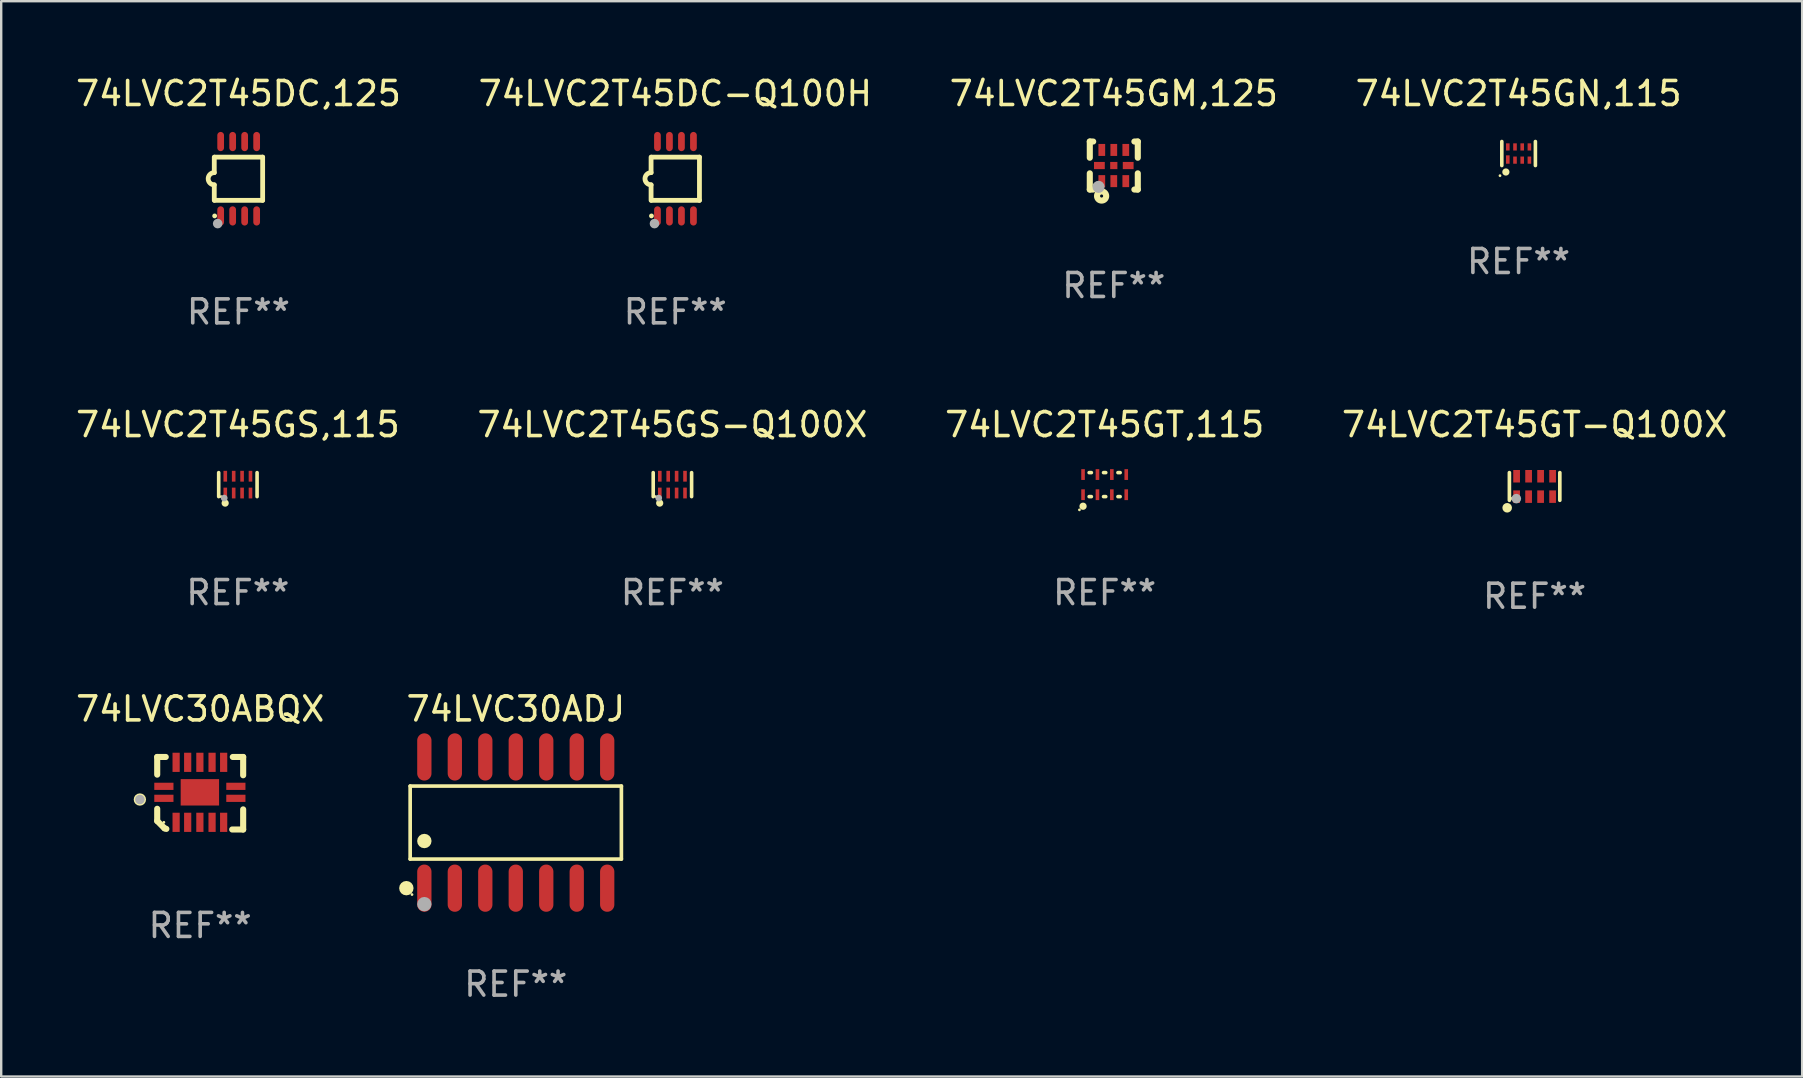
<source format=kicad_pcb>
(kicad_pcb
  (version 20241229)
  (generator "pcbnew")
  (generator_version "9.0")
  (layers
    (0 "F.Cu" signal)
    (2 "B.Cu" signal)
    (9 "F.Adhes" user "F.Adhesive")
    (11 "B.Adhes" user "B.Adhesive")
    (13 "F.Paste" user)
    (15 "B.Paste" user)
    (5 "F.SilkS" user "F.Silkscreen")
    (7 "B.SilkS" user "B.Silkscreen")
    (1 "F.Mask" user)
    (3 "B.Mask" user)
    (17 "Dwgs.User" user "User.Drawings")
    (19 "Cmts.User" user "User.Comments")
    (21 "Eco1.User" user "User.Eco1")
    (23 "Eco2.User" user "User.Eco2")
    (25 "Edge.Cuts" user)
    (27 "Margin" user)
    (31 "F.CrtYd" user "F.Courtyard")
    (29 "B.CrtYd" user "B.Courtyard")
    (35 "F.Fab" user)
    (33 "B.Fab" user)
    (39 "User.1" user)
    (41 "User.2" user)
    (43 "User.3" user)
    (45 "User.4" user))
  (footprint "74LVC2T45GM,125"
    (layer "F.Cu")
    (at 43.363 3.848)
    (property "Reference" "74LVC2T45GM,125" (at 0 -3 0) (layer "F.SilkS") (effects (font (size 1 1) (thickness 0.15))))
    (attr through_hole)
    (fp_line (start -1 -1) (end -0.858 -1) (stroke (width 0.254) (type solid)) (layer "F.SilkS"))
    (fp_line (start -1 -0.325) (end -1 -1) (stroke (width 0.254) (type solid)) (layer "F.SilkS"))
    (fp_line (start -1 1) (end -1 0.325) (stroke (width 0.254) (type solid)) (layer "F.SilkS"))
    (fp_line (start -0.858 1) (end -1 1) (stroke (width 0.254) (type solid)) (layer "F.SilkS"))
    (fp_line (start 0.858 -1) (end 1 -1) (stroke (width 0.254) (type solid)) (layer "F.SilkS"))
    (fp_line (start 1 -1) (end 1 -0.325) (stroke (width 0.254) (type solid)) (layer "F.SilkS"))
    (fp_line (start 1 0.325) (end 1 1) (stroke (width 0.254) (type solid)) (layer "F.SilkS"))
    (fp_line (start 1 1) (end 0.858 1) (stroke (width 0.254) (type solid)) (layer "F.SilkS"))
    (fp_circle (center -0.8 0.8) (end -0.77 0.8) (stroke (width 0.06) (type solid)) (fill no) (layer "F.SilkS"))
    (fp_circle (center -0.508 1.27) (end -0.444 1.27) (stroke (width 0.254) (type solid)) (fill no) (layer "F.SilkS"))
    (fp_circle (center -0.635 0.889) (end -0.508 0.889) (stroke (width 0.254) (type solid)) (fill no) (layer "F.Fab"))
    (fp_text user "REF**" (at 0 5 0) (layer "F.Fab") (effects (font (size 1 1) (thickness 0.15))))
    (pad "1" smd rect (at -0.5 0.65 90) (size 0.5 0.28) (layers "F.Cu" "F.Mask" "F.Paste"))
    (pad "2" smd rect (at 0.000013 0.65 90) (size 0.5 0.28) (layers "F.Cu" "F.Mask" "F.Paste"))
    (pad "3" smd rect (at 0.5 0.65 90) (size 0.5 0.28) (layers "F.Cu" "F.Mask" "F.Paste"))
    (pad "4" smd rect (at 0.6 0.000076 180) (size 0.45 0.3) (layers "F.Cu" "F.Mask" "F.Paste"))
    (pad "5" smd rect (at 0.5 -0.65 90) (size 0.5 0.28) (layers "F.Cu" "F.Mask" "F.Paste"))
    (pad "6" smd rect (at 0.000013 -0.65 90) (size 0.5 0.28) (layers "F.Cu" "F.Mask" "F.Paste"))
    (pad "7" smd rect (at -0.5 -0.65 90) (size 0.5 0.28) (layers "F.Cu" "F.Mask" "F.Paste"))
    (pad "8" smd rect (at -0.6 0.000076 180) (size 0.45 0.3) (layers "F.Cu" "F.Mask" "F.Paste"))
    (pad "9" smd rect (at 0.000013 0.000076 180) (size 0.3 0.3) (layers "F.Cu" "F.Mask" "F.Paste")))
  (footprint "74LVC2T45GN,115"
    (layer "F.Cu")
    (at 60.232 3.348)
    (property "Reference" "74LVC2T45GN,115" (at 0 -2.5 0) (layer "F.SilkS") (effects (font (size 1 1) (thickness 0.15))))
    (attr through_hole)
    (fp_line (start -0.7 -0.5) (end -0.7 0.5) (stroke (width 0.15) (type solid)) (layer "F.SilkS"))
    (fp_line (start 0.7 -0.5) (end 0.7 0.5) (stroke (width 0.15) (type solid)) (layer "F.SilkS"))
    (fp_circle (center -0.775 0.922) (end -0.745 0.922) (stroke (width 0.06) (type solid)) (fill no) (layer "F.SilkS"))
    (fp_circle (center -0.53 0.77) (end -0.454 0.77) (stroke (width 0.15) (type solid)) (fill no) (layer "F.SilkS"))
    (fp_text user "REF**" (at 0 4.5 0) (layer "F.Fab") (effects (font (size 1 1) (thickness 0.15))))
    (pad "1" smd rect (at -0.45 0.25) (size 0.15 0.35) (layers "F.Cu" "F.Mask" "F.Paste"))
    (pad "2" smd rect (at -0.15 0.275) (size 0.15 0.3) (layers "F.Cu" "F.Mask" "F.Paste"))
    (pad "3" smd rect (at 0.15 0.275) (size 0.15 0.3) (layers "F.Cu" "F.Mask" "F.Paste"))
    (pad "4" smd rect (at 0.45 0.275) (size 0.15 0.3) (layers "F.Cu" "F.Mask" "F.Paste"))
    (pad "5" smd rect (at 0.45 -0.275) (size 0.15 0.3) (layers "F.Cu" "F.Mask" "F.Paste"))
    (pad "6" smd rect (at 0.15 -0.275) (size 0.15 0.3) (layers "F.Cu" "F.Mask" "F.Paste"))
    (pad "7" smd rect (at -0.15 -0.275) (size 0.15 0.3) (layers "F.Cu" "F.Mask" "F.Paste"))
    (pad "8" smd rect (at -0.45 -0.275) (size 0.15 0.3) (layers "F.Cu" "F.Mask" "F.Paste")))
  (footprint "74LVC30ABQX"
    (layer "F.Cu")
    (at 5.292 30.005)
    (property "Reference" "74LVC30ABQX" (at 0 -3.511 0) (layer "F.SilkS") (effects (font (size 1 1) (thickness 0.15))))
    (attr through_hole)
    (fp_line (start -1.791 -1.511) (end -1.435 -1.511) (stroke (width 0.254) (type solid)) (layer "F.SilkS"))
    (fp_line (start -1.791 -0.775) (end -1.791 -1.511) (stroke (width 0.254) (type solid)) (layer "F.SilkS"))
    (fp_line (start -1.791 1.156) (end -1.791 0.648) (stroke (width 0.254) (type solid)) (layer "F.SilkS"))
    (fp_line (start -1.486 1.461) (end -1.791 1.156) (stroke (width 0.254) (type solid)) (layer "F.SilkS"))
    (fp_line (start -1.41 1.486) (end -1.486 1.461) (stroke (width 0.254) (type solid)) (layer "F.SilkS"))
    (fp_line (start 1.334 1.511) (end 1.791 1.511) (stroke (width 0.254) (type solid)) (layer "F.SilkS"))
    (fp_line (start 1.791 -1.511) (end 1.359 -1.511) (stroke (width 0.254) (type solid)) (layer "F.SilkS"))
    (fp_line (start 1.791 -0.749) (end 1.791 -1.511) (stroke (width 0.254) (type solid)) (layer "F.SilkS"))
    (fp_line (start 1.791 1.511) (end 1.791 0.673) (stroke (width 0.254) (type solid)) (layer "F.SilkS"))
    (fp_circle (center -2.513 0.262) (end -2.383 0.262) (stroke (width 0.254) (type solid)) (fill no) (layer "F.SilkS"))
    (fp_circle (center -1.513 1.212) (end -1.483 1.212) (stroke (width 0.06) (type solid)) (fill no) (layer "F.SilkS"))
    (fp_circle (center -2.513 0.262) (end -2.413 0.262) (stroke (width 0.2) (type solid)) (fill no) (layer "F.Fab"))
    (fp_text user "REF**" (at 0 5.511 0) (layer "F.Fab") (effects (font (size 1 1) (thickness 0.15))))
    (pad "1" smd rect (at -1.513 0.212) (size 0.8 0.3) (layers "F.Cu" "F.Mask" "F.Paste"))
    (pad "2" smd rect (at -1.003 1.212) (size 0.3 0.8) (layers "F.Cu" "F.Mask" "F.Paste"))
    (pad "3" smd rect (at -0.521 1.212) (size 0.3 0.8) (layers "F.Cu" "F.Mask" "F.Paste"))
    (pad "4" smd rect (at -0.013 1.212) (size 0.3 0.8) (layers "F.Cu" "F.Mask" "F.Paste"))
    (pad "5" smd rect (at 0.495 1.212) (size 0.3 0.8) (layers "F.Cu" "F.Mask" "F.Paste"))
    (pad "6" smd rect (at 0.978 1.212) (size 0.3 0.8) (layers "F.Cu" "F.Mask" "F.Paste"))
    (pad "7" smd rect (at 1.487 0.212) (size 0.8 0.3) (layers "F.Cu" "F.Mask" "F.Paste"))
    (pad "8" smd rect (at 1.487 -0.288) (size 0.8 0.3) (layers "F.Cu" "F.Mask" "F.Paste"))
    (pad "9" smd rect (at 0.978 -1.288) (size 0.3 0.8) (layers "F.Cu" "F.Mask" "F.Paste"))
    (pad "10" smd rect (at 0.495 -1.288) (size 0.3 0.8) (layers "F.Cu" "F.Mask" "F.Paste"))
    (pad "11" smd rect (at -0.013 -1.288) (size 0.3 0.8) (layers "F.Cu" "F.Mask" "F.Paste"))
    (pad "12" smd rect (at -0.521 -1.288) (size 0.3 0.8) (layers "F.Cu" "F.Mask" "F.Paste"))
    (pad "13" smd rect (at -1.003 -1.288) (size 0.3 0.8) (layers "F.Cu" "F.Mask" "F.Paste"))
    (pad "14" smd rect (at -1.513 -0.288) (size 0.8 0.3) (layers "F.Cu" "F.Mask" "F.Paste"))
    (pad "15" smd rect (at -0.013 -0.038 90) (size 1.1 1.6) (layers "F.Cu" "F.Mask" "F.Paste")))
  (footprint "74LVC2T45DC,125"
    (layer "F.Cu")
    (at 6.887 4.398)
    (property "Reference" "74LVC2T45DC,125" (at 0 -3.55 0) (layer "F.SilkS") (effects (font (size 1 1) (thickness 0.15))))
    (attr through_hole)
    (fp_line (start -1.008 -0.254) (end -1.008 -0.9) (stroke (width 0.2) (type solid)) (layer "F.SilkS"))
    (fp_line (start -1.008 0.254) (end -1.008 0.9) (stroke (width 0.2) (type solid)) (layer "F.SilkS"))
    (fp_line (start -0.992 0.9) (end 1.008 0.9) (stroke (width 0.2) (type solid)) (layer "F.SilkS"))
    (fp_line (start 1.008 -0.9) (end -0.992 -0.9) (stroke (width 0.2) (type solid)) (layer "F.SilkS"))
    (fp_line (start 1.008 0.9) (end 1.008 -0.9) (stroke (width 0.2) (type solid)) (layer "F.SilkS"))
    (fp_arc (start -1.008001 0.254001) (mid -1.262002 0) (end -1.008001 -0.254001) (stroke (width 0.2) (type solid)) (layer "F.SilkS"))
    (fp_circle (center -0.992 1.55) (end -0.942 1.55) (stroke (width 0.1) (type solid)) (fill no) (layer "F.SilkS"))
    (fp_circle (center -0.866 1.87) (end -0.766 1.87) (stroke (width 0.2) (type solid)) (fill no) (layer "F.Fab"))
    (fp_text user "REF**" (at 0 5.55 0) (layer "F.Fab") (effects (font (size 1 1) (thickness 0.15))))
    (pad "1" smd oval (at -0.742 1.55 270) (size 0.8 0.28) (layers "F.Cu" "F.Mask" "F.Paste"))
    (pad "2" smd oval (at -0.242 1.55 270) (size 0.8 0.28) (layers "F.Cu" "F.Mask" "F.Paste"))
    (pad "3" smd oval (at 0.258 1.55 270) (size 0.8 0.28) (layers "F.Cu" "F.Mask" "F.Paste"))
    (pad "4" smd oval (at 0.758 1.55 270) (size 0.8 0.28) (layers "F.Cu" "F.Mask" "F.Paste"))
    (pad "5" smd oval (at 0.758 -1.55 270) (size 0.8 0.28) (layers "F.Cu" "F.Mask" "F.Paste"))
    (pad "6" smd oval (at 0.258 -1.55 270) (size 0.8 0.28) (layers "F.Cu" "F.Mask" "F.Paste"))
    (pad "7" smd oval (at -0.242 -1.55 270) (size 0.8 0.28) (layers "F.Cu" "F.Mask" "F.Paste"))
    (pad "8" smd oval (at -0.742 -1.55 270) (size 0.8 0.28) (layers "F.Cu" "F.Mask" "F.Paste")))
  (footprint "74LVC2T45GT-Q100X"
    (layer "F.Cu")
    (at 60.899 17.221)
    (property "Reference" "74LVC2T45GT-Q100X" (at 0 -2.576 0) (layer "F.SilkS") (effects (font (size 1 1) (thickness 0.15))))
    (attr through_hole)
    (fp_line (start -1.051 0.576) (end -1.051 -0.576) (stroke (width 0.152) (type solid)) (layer "F.SilkS"))
    (fp_line (start 1.051 -0.576) (end 1.051 0.576) (stroke (width 0.152) (type solid)) (layer "F.SilkS"))
    (fp_circle (center -1.143 0.889) (end -1.043 0.889) (stroke (width 0.2) (type solid)) (fill no) (layer "F.SilkS"))
    (fp_circle (center -0.975 0.5) (end -0.945 0.5) (stroke (width 0.06) (type solid)) (fill no) (layer "F.SilkS"))
    (fp_circle (center -0.762 0.508) (end -0.662 0.508) (stroke (width 0.2) (type solid)) (fill no) (layer "F.Fab"))
    (fp_text user "REF**" (at 0 4.576 0) (layer "F.Fab") (effects (font (size 1 1) (thickness 0.15))))
    (pad "1" smd rect (at -0.75 0.425) (size 0.28 0.521) (layers "F.Cu" "F.Mask" "F.Paste"))
    (pad "2" smd rect (at -0.25 0.425) (size 0.28 0.521) (layers "F.Cu" "F.Mask" "F.Paste"))
    (pad "3" smd rect (at 0.25 0.425) (size 0.28 0.521) (layers "F.Cu" "F.Mask" "F.Paste"))
    (pad "4" smd rect (at 0.75 0.425) (size 0.28 0.521) (layers "F.Cu" "F.Mask" "F.Paste"))
    (pad "5" smd rect (at 0.75 -0.425) (size 0.28 0.521) (layers "F.Cu" "F.Mask" "F.Paste"))
    (pad "6" smd rect (at 0.25 -0.425) (size 0.28 0.521) (layers "F.Cu" "F.Mask" "F.Paste"))
    (pad "7" smd rect (at -0.25 -0.425) (size 0.28 0.521) (layers "F.Cu" "F.Mask" "F.Paste"))
    (pad "8" smd rect (at -0.75 -0.425) (size 0.28 0.521) (layers "F.Cu" "F.Mask" "F.Paste")))
  (footprint "74LVC2T45GS-Q100X"
    (layer "F.Cu")
    (at 24.97 17.145)
    (property "Reference" "74LVC2T45GS-Q100X" (at 0 -2.5 0) (layer "F.SilkS") (effects (font (size 1 1) (thickness 0.15))))
    (attr through_hole)
    (fp_line (start -0.8 -0.5) (end -0.8 0.5) (stroke (width 0.15) (type solid)) (layer "F.SilkS"))
    (fp_line (start 0.8 -0.5) (end 0.8 0.5) (stroke (width 0.15) (type solid)) (layer "F.SilkS"))
    (fp_circle (center -0.7 0.5) (end -0.67 0.5) (stroke (width 0.06) (type solid)) (fill no) (layer "F.SilkS"))
    (fp_circle (center -0.53 0.77) (end -0.454 0.77) (stroke (width 0.15) (type solid)) (fill no) (layer "F.SilkS"))
    (fp_circle (center -0.57 0.56) (end -0.5 0.56) (stroke (width 0.14) (type solid)) (fill no) (layer "F.Fab"))
    (fp_text user "REF**" (at 0 4.5 0) (layer "F.Fab") (effects (font (size 1 1) (thickness 0.15))))
    (pad "1" smd rect (at -0.525 0.35) (size 0.15 0.45) (layers "F.Cu" "F.Mask" "F.Paste"))
    (pad "2" smd rect (at -0.175 0.35) (size 0.15 0.45) (layers "F.Cu" "F.Mask" "F.Paste"))
    (pad "3" smd rect (at 0.175 0.35) (size 0.15 0.45) (layers "F.Cu" "F.Mask" "F.Paste"))
    (pad "4" smd rect (at 0.525 0.35) (size 0.15 0.45) (layers "F.Cu" "F.Mask" "F.Paste"))
    (pad "5" smd rect (at 0.525 -0.35) (size 0.15 0.45) (layers "F.Cu" "F.Mask" "F.Paste"))
    (pad "6" smd rect (at 0.175 -0.35) (size 0.15 0.45) (layers "F.Cu" "F.Mask" "F.Paste"))
    (pad "7" smd rect (at -0.175 -0.35) (size 0.15 0.45) (layers "F.Cu" "F.Mask" "F.Paste"))
    (pad "8" smd rect (at -0.525 -0.35) (size 0.15 0.45) (layers "F.Cu" "F.Mask" "F.Paste")))
  (footprint "74LVC30ADJ"
    (layer "F.Cu")
    (at 18.443 31.227)
    (property "Reference" "74LVC30ADJ" (at 0 -4.734 0) (layer "F.SilkS") (effects (font (size 1 1) (thickness 0.15))))
    (attr through_hole)
    (fp_line (start -4.401 -1.521) (end 4.401 -1.521) (stroke (width 0.152) (type solid)) (layer "F.SilkS"))
    (fp_line (start -4.401 1.521) (end -4.401 -1.521) (stroke (width 0.152) (type solid)) (layer "F.SilkS"))
    (fp_line (start 4.401 -1.521) (end 4.401 1.521) (stroke (width 0.152) (type solid)) (layer "F.SilkS"))
    (fp_line (start 4.401 1.521) (end -4.401 1.521) (stroke (width 0.152) (type solid)) (layer "F.SilkS"))
    (fp_circle (center -4.56 2.734) (end -4.41 2.734) (stroke (width 0.3) (type solid)) (fill no) (layer "F.SilkS"))
    (fp_circle (center -4.325 3) (end -4.295 3) (stroke (width 0.06) (type solid)) (fill no) (layer "F.SilkS"))
    (fp_circle (center -3.81 0.769) (end -3.66 0.769) (stroke (width 0.3) (type solid)) (fill no) (layer "F.SilkS"))
    (fp_circle (center -3.81 3.4) (end -3.66 3.4) (stroke (width 0.3) (type solid)) (fill no) (layer "F.Fab"))
    (fp_text user "REF**" (at 0 6.734 0) (layer "F.Fab") (effects (font (size 1 1) (thickness 0.15))))
    (pad "1" smd oval (at -3.81 2.734) (size 0.595 1.968) (layers "F.Cu" "F.Mask" "F.Paste"))
    (pad "2" smd oval (at -2.54 2.734) (size 0.595 1.968) (layers "F.Cu" "F.Mask" "F.Paste"))
    (pad "3" smd oval (at -1.27 2.734) (size 0.595 1.968) (layers "F.Cu" "F.Mask" "F.Paste"))
    (pad "4" smd oval (at 0 2.734) (size 0.595 1.968) (layers "F.Cu" "F.Mask" "F.Paste"))
    (pad "5" smd oval (at 1.27 2.734) (size 0.595 1.968) (layers "F.Cu" "F.Mask" "F.Paste"))
    (pad "6" smd oval (at 2.54 2.734) (size 0.595 1.968) (layers "F.Cu" "F.Mask" "F.Paste"))
    (pad "7" smd oval (at 3.81 2.734) (size 0.595 1.968) (layers "F.Cu" "F.Mask" "F.Paste"))
    (pad "8" smd oval (at 3.81 -2.734) (size 0.595 1.968) (layers "F.Cu" "F.Mask" "F.Paste"))
    (pad "9" smd oval (at 2.54 -2.734) (size 0.595 1.968) (layers "F.Cu" "F.Mask" "F.Paste"))
    (pad "10" smd oval (at 1.27 -2.734) (size 0.595 1.968) (layers "F.Cu" "F.Mask" "F.Paste"))
    (pad "11" smd oval (at 0 -2.734) (size 0.595 1.968) (layers "F.Cu" "F.Mask" "F.Paste"))
    (pad "12" smd oval (at -1.27 -2.734) (size 0.595 1.968) (layers "F.Cu" "F.Mask" "F.Paste"))
    (pad "13" smd oval (at -2.54 -2.734) (size 0.595 1.968) (layers "F.Cu" "F.Mask" "F.Paste"))
    (pad "14" smd oval (at -3.81 -2.734) (size 0.595 1.968) (layers "F.Cu" "F.Mask" "F.Paste")))
  (footprint "74LVC2T45GT,115"
    (layer "F.Cu")
    (at 42.982 17.145)
    (property "Reference" "74LVC2T45GT,115" (at 0 -2.5 0) (layer "F.SilkS") (effects (font (size 1 1) (thickness 0.15))))
    (attr through_hole)
    (fp_line (start -0.646 -0.5) (end -0.554 -0.5) (stroke (width 0.15) (type solid)) (layer "F.SilkS"))
    (fp_line (start -0.646 0.5) (end -0.554 0.5) (stroke (width 0.15) (type solid)) (layer "F.SilkS"))
    (fp_line (start -0.046 -0.5) (end 0.046 -0.5) (stroke (width 0.15) (type solid)) (layer "F.SilkS"))
    (fp_line (start -0.046 0.5) (end 0.046 0.5) (stroke (width 0.15) (type solid)) (layer "F.SilkS"))
    (fp_line (start 0.554 -0.5) (end 0.646 -0.5) (stroke (width 0.15) (type solid)) (layer "F.SilkS"))
    (fp_line (start 0.554 0.5) (end 0.646 0.5) (stroke (width 0.15) (type solid)) (layer "F.SilkS"))
    (fp_circle (center -1.051 1.051) (end -1.021 1.051) (stroke (width 0.06) (type solid)) (fill no) (layer "F.SilkS"))
    (fp_circle (center -0.9 0.9) (end -0.823 0.9) (stroke (width 0.15) (type solid)) (fill no) (layer "F.SilkS"))
    (fp_text user "REF**" (at 0 4.5 0) (layer "F.Fab") (effects (font (size 1 1) (thickness 0.15))))
    (pad "1" smd rect (at -0.9 0.42) (size 0.15 0.45) (layers "F.Cu" "F.Mask" "F.Paste"))
    (pad "2" smd rect (at -0.3 0.42) (size 0.15 0.45) (layers "F.Cu" "F.Mask" "F.Paste"))
    (pad "3" smd rect (at 0.3 0.42) (size 0.15 0.45) (layers "F.Cu" "F.Mask" "F.Paste"))
    (pad "4" smd rect (at 0.9 0.42) (size 0.15 0.45) (layers "F.Cu" "F.Mask" "F.Paste"))
    (pad "5" smd rect (at 0.9 -0.42) (size 0.15 0.45) (layers "F.Cu" "F.Mask" "F.Paste"))
    (pad "6" smd rect (at 0.3 -0.42) (size 0.15 0.45) (layers "F.Cu" "F.Mask" "F.Paste"))
    (pad "7" smd rect (at -0.3 -0.42) (size 0.15 0.45) (layers "F.Cu" "F.Mask" "F.Paste"))
    (pad "8" smd rect (at -0.9 -0.42) (size 0.15 0.45) (layers "F.Cu" "F.Mask" "F.Paste")))
  (footprint "74LVC2T45DC-Q100H"
    (layer "F.Cu")
    (at 25.089 4.398)
    (property "Reference" "74LVC2T45DC-Q100H" (at 0 -3.55 0) (layer "F.SilkS") (effects (font (size 1 1) (thickness 0.15))))
    (attr through_hole)
    (fp_line (start -1.008 -0.254) (end -1.008 -0.9) (stroke (width 0.2) (type solid)) (layer "F.SilkS"))
    (fp_line (start -1.008 0.254) (end -1.008 0.9) (stroke (width 0.2) (type solid)) (layer "F.SilkS"))
    (fp_line (start -0.992 0.9) (end 1.008 0.9) (stroke (width 0.2) (type solid)) (layer "F.SilkS"))
    (fp_line (start 1.008 -0.9) (end -0.992 -0.9) (stroke (width 0.2) (type solid)) (layer "F.SilkS"))
    (fp_line (start 1.008 0.9) (end 1.008 -0.9) (stroke (width 0.2) (type solid)) (layer "F.SilkS"))
    (fp_arc (start -1.008001 0.254001) (mid -1.262002 0) (end -1.008001 -0.254001) (stroke (width 0.2) (type solid)) (layer "F.SilkS"))
    (fp_circle (center -0.992 1.55) (end -0.942 1.55) (stroke (width 0.1) (type solid)) (fill no) (layer "F.SilkS"))
    (fp_circle (center -0.866 1.87) (end -0.766 1.87) (stroke (width 0.2) (type solid)) (fill no) (layer "F.Fab"))
    (fp_text user "REF**" (at 0 5.55 0) (layer "F.Fab") (effects (font (size 1 1) (thickness 0.15))))
    (pad "1" smd oval (at -0.742 1.55 270) (size 0.8 0.28) (layers "F.Cu" "F.Mask" "F.Paste"))
    (pad "2" smd oval (at -0.242 1.55 270) (size 0.8 0.28) (layers "F.Cu" "F.Mask" "F.Paste"))
    (pad "3" smd oval (at 0.258 1.55 270) (size 0.8 0.28) (layers "F.Cu" "F.Mask" "F.Paste"))
    (pad "4" smd oval (at 0.758 1.55 270) (size 0.8 0.28) (layers "F.Cu" "F.Mask" "F.Paste"))
    (pad "5" smd oval (at 0.758 -1.55 270) (size 0.8 0.28) (layers "F.Cu" "F.Mask" "F.Paste"))
    (pad "6" smd oval (at 0.258 -1.55 270) (size 0.8 0.28) (layers "F.Cu" "F.Mask" "F.Paste"))
    (pad "7" smd oval (at -0.242 -1.55 270) (size 0.8 0.28) (layers "F.Cu" "F.Mask" "F.Paste"))
    (pad "8" smd oval (at -0.742 -1.55 270) (size 0.8 0.28) (layers "F.Cu" "F.Mask" "F.Paste")))
  (footprint "74LVC2T45GS,115"
    (layer "F.Cu")
    (at 6.863 17.145)
    (property "Reference" "74LVC2T45GS,115" (at 0 -2.5 0) (layer "F.SilkS") (effects (font (size 1 1) (thickness 0.15))))
    (attr through_hole)
    (fp_line (start -0.8 -0.5) (end -0.8 0.5) (stroke (width 0.15) (type solid)) (layer "F.SilkS"))
    (fp_line (start 0.8 -0.5) (end 0.8 0.5) (stroke (width 0.15) (type solid)) (layer "F.SilkS"))
    (fp_circle (center -0.7 0.5) (end -0.67 0.5) (stroke (width 0.06) (type solid)) (fill no) (layer "F.SilkS"))
    (fp_circle (center -0.53 0.77) (end -0.454 0.77) (stroke (width 0.15) (type solid)) (fill no) (layer "F.SilkS"))
    (fp_circle (center -0.57 0.56) (end -0.5 0.56) (stroke (width 0.14) (type solid)) (fill no) (layer "F.Fab"))
    (fp_text user "REF**" (at 0 4.5 0) (layer "F.Fab") (effects (font (size 1 1) (thickness 0.15))))
    (pad "1" smd rect (at -0.525 0.35) (size 0.15 0.45) (layers "F.Cu" "F.Mask" "F.Paste"))
    (pad "2" smd rect (at -0.175 0.35) (size 0.15 0.45) (layers "F.Cu" "F.Mask" "F.Paste"))
    (pad "3" smd rect (at 0.175 0.35) (size 0.15 0.45) (layers "F.Cu" "F.Mask" "F.Paste"))
    (pad "4" smd rect (at 0.525 0.35) (size 0.15 0.45) (layers "F.Cu" "F.Mask" "F.Paste"))
    (pad "5" smd rect (at 0.525 -0.35) (size 0.15 0.45) (layers "F.Cu" "F.Mask" "F.Paste"))
    (pad "6" smd rect (at 0.175 -0.35) (size 0.15 0.45) (layers "F.Cu" "F.Mask" "F.Paste"))
    (pad "7" smd rect (at -0.175 -0.35) (size 0.15 0.45) (layers "F.Cu" "F.Mask" "F.Paste"))
    (pad "8" smd rect (at -0.525 -0.35) (size 0.15 0.45) (layers "F.Cu" "F.Mask" "F.Paste")))
  (gr_rect
    (start -3 -3)
    (end 72.048 41.809)
    (stroke (width 0.1) (type default))
    (fill no)
    (layer "Edge.Cuts")))
</source>
